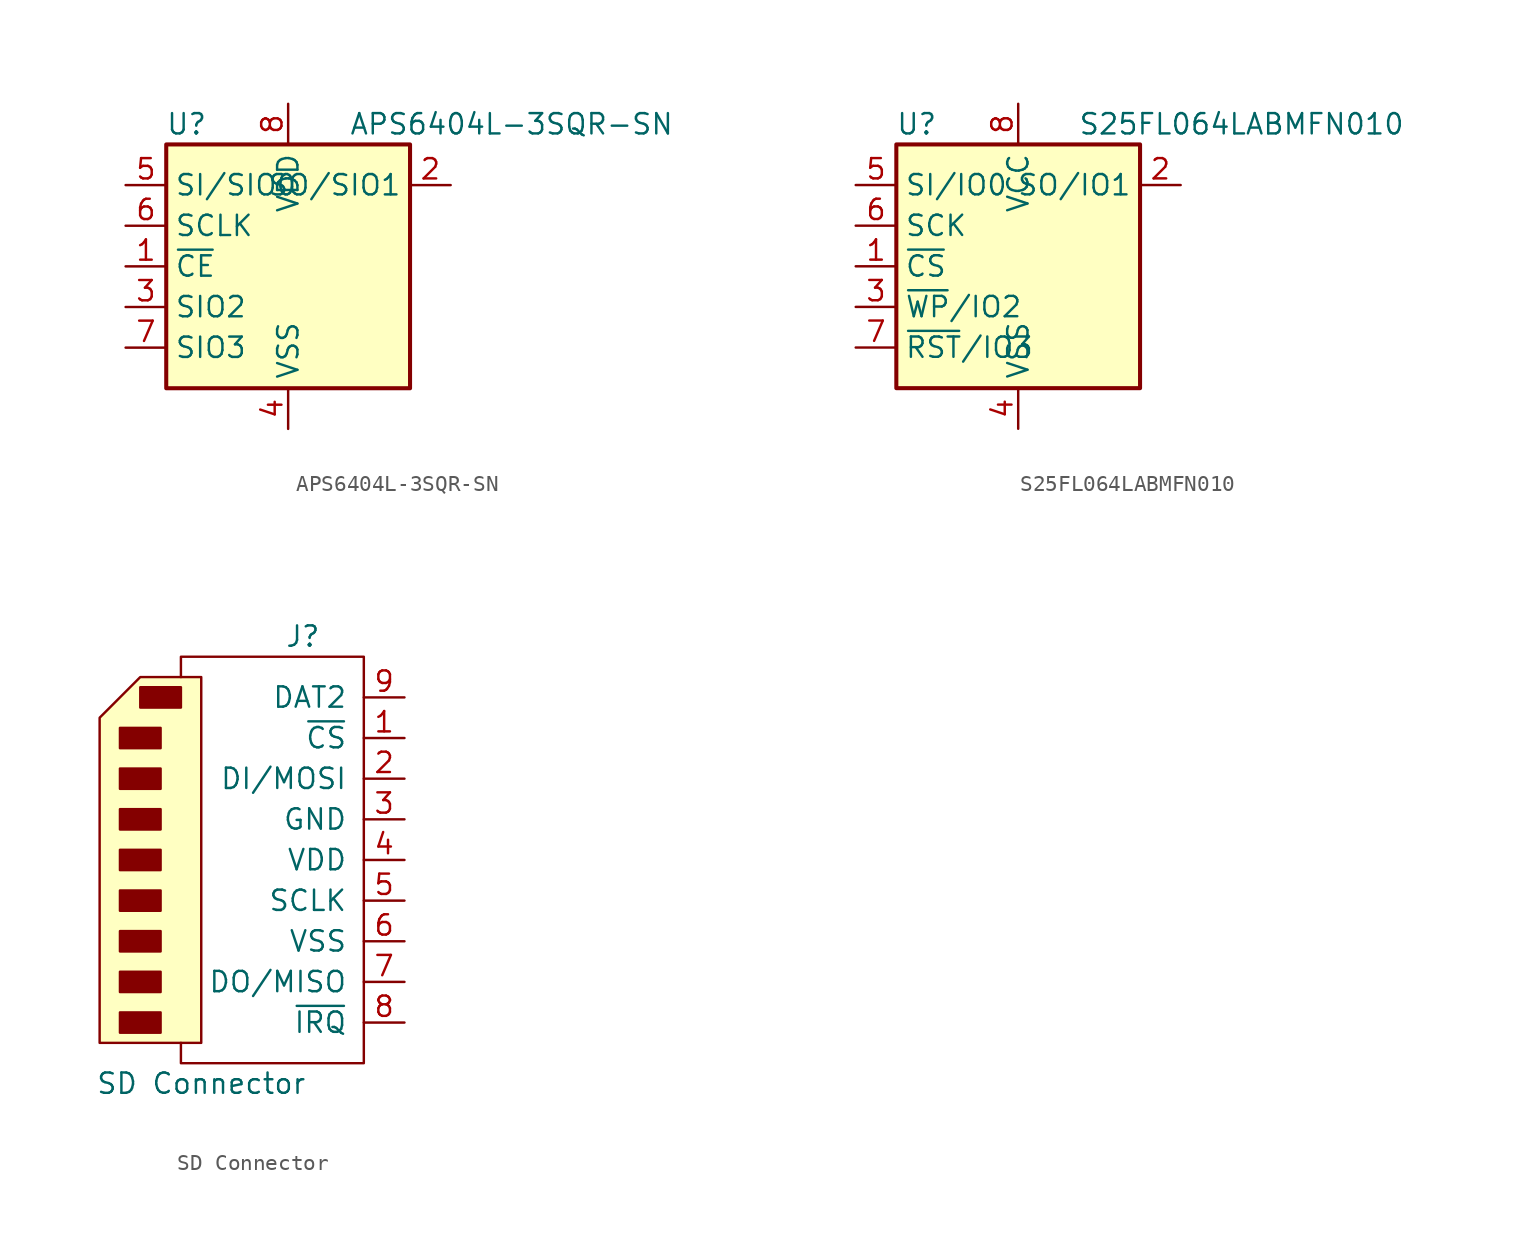
<source format=kicad_sym>
(kicad_symbol_lib
  (version 20211014)
  (generator kicad_symbol_editor)
  (symbol "APS6404L-3SQR-SN"
    (property "Reference" "U"
      (at -6.35 8.89 0)
      (effects (font (size 1.27 1.27))))
    (property "Value" "APS6404L-3SQR-SN"
      (at 13.97 8.89 0)
      (effects (font (size 1.27 1.27))))
    (symbol "APS6404L-3SQR-SN_1_1"
      (rectangle (start -7.62 7.62) (end 7.62 -7.62) (stroke (width 0.254) (type default) (color 0 0 0 0)) (fill (type background)))
      (pin input line (at -10.16 0 0) (length 2.54) (name "~{CE}" (effects (font (size 1.27 1.27)))) (number "1" (effects (font (size 1.27 1.27)))))
      (pin output line (at 10.16 5.08 180) (length 2.54) (name "SO/SIO1" (effects (font (size 1.27 1.27)))) (number "2" (effects (font (size 1.27 1.27)))))
      (pin input line (at -10.16 -2.54 0) (length 2.54) (name "SIO2" (effects (font (size 1.27 1.27)))) (number "3" (effects (font (size 1.27 1.27)))))
      (pin power_in line (at 0 -10.16 90) (length 2.54) (name "VSS" (effects (font (size 1.27 1.27)))) (number "4" (effects (font (size 1.27 1.27)))))
      (pin input line (at -10.16 5.08 0) (length 2.54) (name "SI/SIO0" (effects (font (size 1.27 1.27)))) (number "5" (effects (font (size 1.27 1.27)))))
      (pin input line (at -10.16 2.54 0) (length 2.54) (name "SCLK" (effects (font (size 1.27 1.27)))) (number "6" (effects (font (size 1.27 1.27)))))
      (pin input line (at -10.16 -5.08 0) (length 2.54) (name "SIO3" (effects (font (size 1.27 1.27)))) (number "7" (effects (font (size 1.27 1.27)))))
      (pin power_in line (at 0 10.16 270) (length 2.54) (name "VDD" (effects (font (size 1.27 1.27)))) (number "8" (effects (font (size 1.27 1.27)))))))
  (symbol "S25FL064LABMFN010"
    (property "Reference" "U"
      (at -6.35 8.89 0)
      (effects (font (size 1.27 1.27))))
    (property "Value" "S25FL064LABMFN010"
      (at 13.97 8.89 0)
      (effects (font (size 1.27 1.27))))
    (symbol "S25FL064LABMFN010_1_1"
      (rectangle (start -7.62 7.62) (end 7.62 -7.62) (stroke (width 0.254) (type default) (color 0 0 0 0)) (fill (type background)))
      (pin input line (at -10.16 0 0) (length 2.54) (name "~{CS}" (effects (font (size 1.27 1.27)))) (number "1" (effects (font (size 1.27 1.27)))))
      (pin output line (at 10.16 5.08 180) (length 2.54) (name "SO/IO1" (effects (font (size 1.27 1.27)))) (number "2" (effects (font (size 1.27 1.27)))))
      (pin input line (at -10.16 -2.54 0) (length 2.54) (name "~{WP}/IO2" (effects (font (size 1.27 1.27)))) (number "3" (effects (font (size 1.27 1.27)))))
      (pin power_in line (at 0 -10.16 90) (length 2.54) (name "VSS" (effects (font (size 1.27 1.27)))) (number "4" (effects (font (size 1.27 1.27)))))
      (pin input line (at -10.16 5.08 0) (length 2.54) (name "SI/IO0" (effects (font (size 1.27 1.27)))) (number "5" (effects (font (size 1.27 1.27)))))
      (pin input line (at -10.16 2.54 0) (length 2.54) (name "SCK" (effects (font (size 1.27 1.27)))) (number "6" (effects (font (size 1.27 1.27)))))
      (pin input line (at -10.16 -5.08 0) (length 2.54) (name "~{RST}/IO3" (effects (font (size 1.27 1.27)))) (number "7" (effects (font (size 1.27 1.27)))))
      (pin power_in line (at 0 10.16 270) (length 2.54) (name "VCC" (effects (font (size 1.27 1.27)))) (number "8" (effects (font (size 1.27 1.27)))))))
  (symbol "SD Connector"
    (pin_names
      (offset 1.016))
    (property "Reference" "J"
      (at 15.24 13.97 0)
      (effects (font (size 1.27 1.27))))
    (property "Value" "SD Connector"
      (at 8.89 -13.97 0)
      (effects (font (size 1.27 1.27))))
    (symbol "SD Connector_0_1"
      (polyline (pts (xy 2.54 8.89) (xy 5.08 11.43) (xy 8.89 11.43) (xy 8.89 -11.43) (xy 2.54 -11.43) (xy 2.54 8.89)) (stroke (width 0) (type default) (color 0 0 0 0)) (fill (type background)))
      (polyline (pts (xy 7.62 11.43) (xy 7.62 12.7) (xy 19.05 12.7) (xy 19.05 -12.7) (xy 7.62 -12.7) (xy 7.62 -11.43)) (stroke (width 0) (type default) (color 0 0 0 0)) (fill (type none)))
      (rectangle (start 3.81 -9.525) (end 6.35 -10.795) (stroke (width 0) (type default) (color 0 0 0 0)) (fill (type outline)))
      (rectangle (start 3.81 -6.985) (end 6.35 -8.255) (stroke (width 0) (type default) (color 0 0 0 0)) (fill (type outline)))
      (rectangle (start 3.81 -4.445) (end 6.35 -5.715) (stroke (width 0) (type default) (color 0 0 0 0)) (fill (type outline)))
      (rectangle (start 3.81 -1.905) (end 6.35 -3.175) (stroke (width 0) (type default) (color 0 0 0 0)) (fill (type outline)))
      (rectangle (start 3.81 0.635) (end 6.35 -0.635) (stroke (width 0) (type default) (color 0 0 0 0)) (fill (type outline)))
      (rectangle (start 3.81 3.175) (end 6.35 1.905) (stroke (width 0) (type default) (color 0 0 0 0)) (fill (type outline)))
      (rectangle (start 3.81 5.715) (end 6.35 4.445) (stroke (width 0) (type default) (color 0 0 0 0)) (fill (type outline)))
      (rectangle (start 3.81 8.255) (end 6.35 6.985) (stroke (width 0) (type default) (color 0 0 0 0)) (fill (type outline)))
      (rectangle (start 5.08 10.795) (end 7.62 9.525) (stroke (width 0) (type default) (color 0 0 0 0)) (fill (type outline))))
    (symbol "SD Connector_1_1"
      (pin bidirectional line (at 21.59 7.62 180) (length 2.54) (name "~{CS}" (effects (font (size 1.27 1.27)))) (number "1" (effects (font (size 1.27 1.27)))))
      (pin input line (at 21.59 5.08 180) (length 2.54) (name "DI/MOSI" (effects (font (size 1.27 1.27)))) (number "2" (effects (font (size 1.27 1.27)))))
      (pin power_in line (at 21.59 2.54 180) (length 2.54) (name "GND" (effects (font (size 1.27 1.27)))) (number "3" (effects (font (size 1.27 1.27)))))
      (pin power_in line (at 21.59 0 180) (length 2.54) (name "VDD" (effects (font (size 1.27 1.27)))) (number "4" (effects (font (size 1.27 1.27)))))
      (pin input line (at 21.59 -2.54 180) (length 2.54) (name "SCLK" (effects (font (size 1.27 1.27)))) (number "5" (effects (font (size 1.27 1.27)))))
      (pin power_in line (at 21.59 -5.08 180) (length 2.54) (name "VSS" (effects (font (size 1.27 1.27)))) (number "6" (effects (font (size 1.27 1.27)))))
      (pin output line (at 21.59 -7.62 180) (length 2.54) (name "DO/MISO" (effects (font (size 1.27 1.27)))) (number "7" (effects (font (size 1.27 1.27)))))
      (pin output line (at 21.59 -10.16 180) (length 2.54) (name "~{IRQ}" (effects (font (size 1.27 1.27)))) (number "8" (effects (font (size 1.27 1.27)))))
      (pin bidirectional line (at 21.59 10.16 180) (length 2.54) (name "DAT2" (effects (font (size 1.27 1.27)))) (number "9" (effects (font (size 1.27 1.27))))))))
</source>
